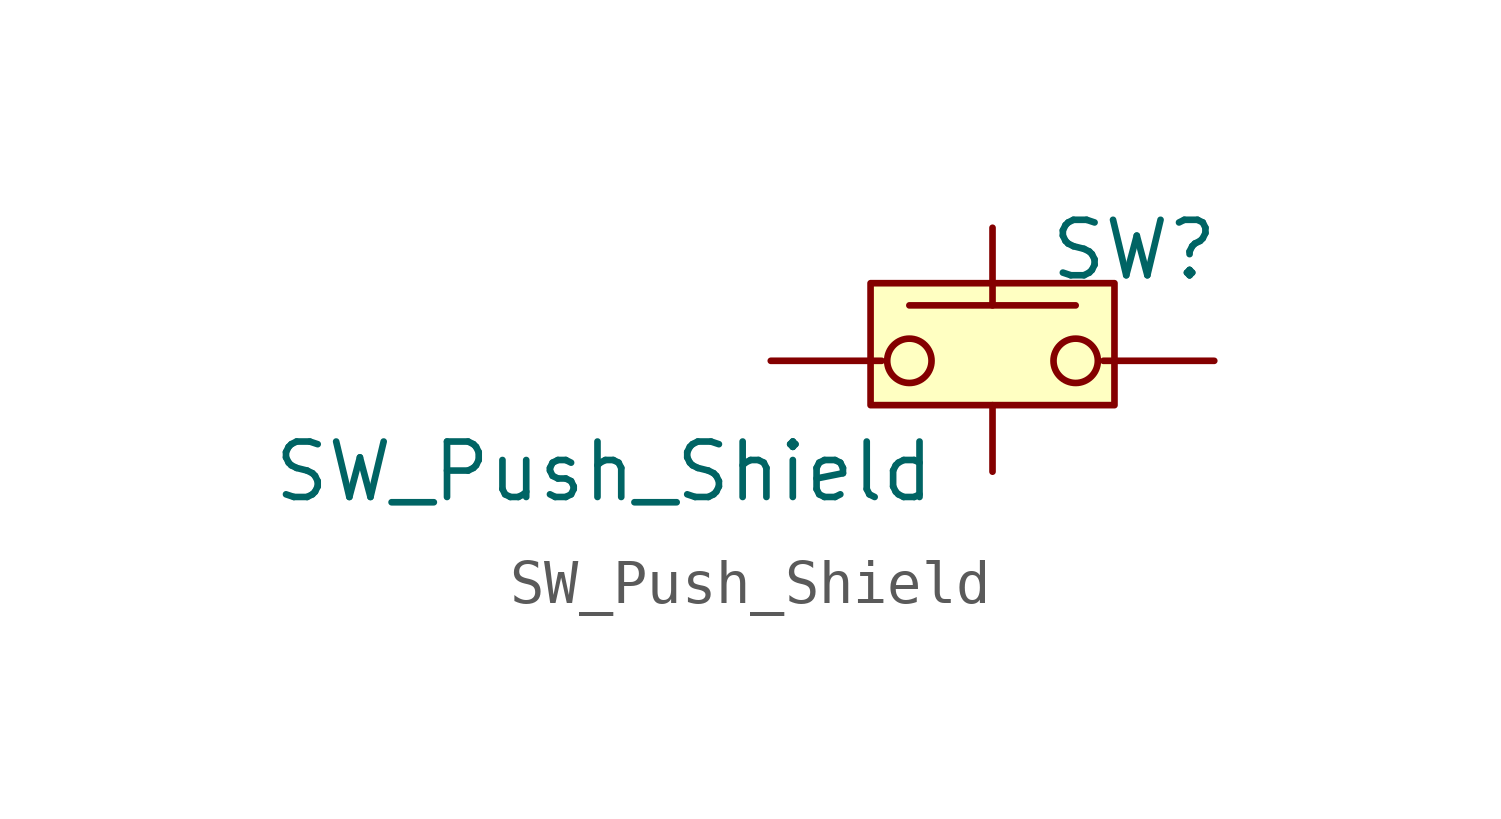
<source format=kicad_sym>
(kicad_symbol_lib
  (version 20211014)
  (generator kicad_symbol_editor)
  (symbol "SW_Push_Shield"
    (pin_numbers hide)
    (pin_names
      (offset 1.016) hide)
    (property "Reference" "SW"
      (at 1.27 2.54 0)
      (effects (font (size 1.27 1.27)) (justify left)))
    (property "Value" "SW_Push_Shield"
      (at -1.27 -2.54 0)
      (effects (font (size 1.27 1.27)) (justify right)))
    (symbol "SW_Push_Shield_0_1"
      (rectangle (start -2.794 1.778) (end 2.794 -1.016) (stroke (width 0) (type default) (color 0 0 0 0)) (fill (type background)))
      (circle (center -1.905 0) (radius 0.508) (stroke (width 0) (type default) (color 0 0 0 0)) (fill (type none)))
      (polyline (pts (xy 0 1.27) (xy 0 3.048)) (stroke (width 0) (type default) (color 0 0 0 0)) (fill (type none)))
      (polyline (pts (xy 1.905 1.27) (xy -1.905 1.27)) (stroke (width 0) (type default) (color 0 0 0 0)) (fill (type none)))
      (circle (center 1.905 0) (radius 0.508) (stroke (width 0) (type default) (color 0 0 0 0)) (fill (type none)))
      (pin passive line (at -5.08 0 0) (length 2.54) (name "1" (effects (font (size 1.27 1.27)))) (number "1" (effects (font (size 1.27 1.27)))))
      (pin passive line (at 5.08 0 180) (length 2.54) (name "2" (effects (font (size 1.27 1.27)))) (number "2" (effects (font (size 1.27 1.27)))))
      (pin passive line (at 0 -2.54 90) (length 1.524) (name "3" (effects (font (size 1.27 1.27)))) (number "3" (effects (font (size 1.27 1.27))))))))
</source>
